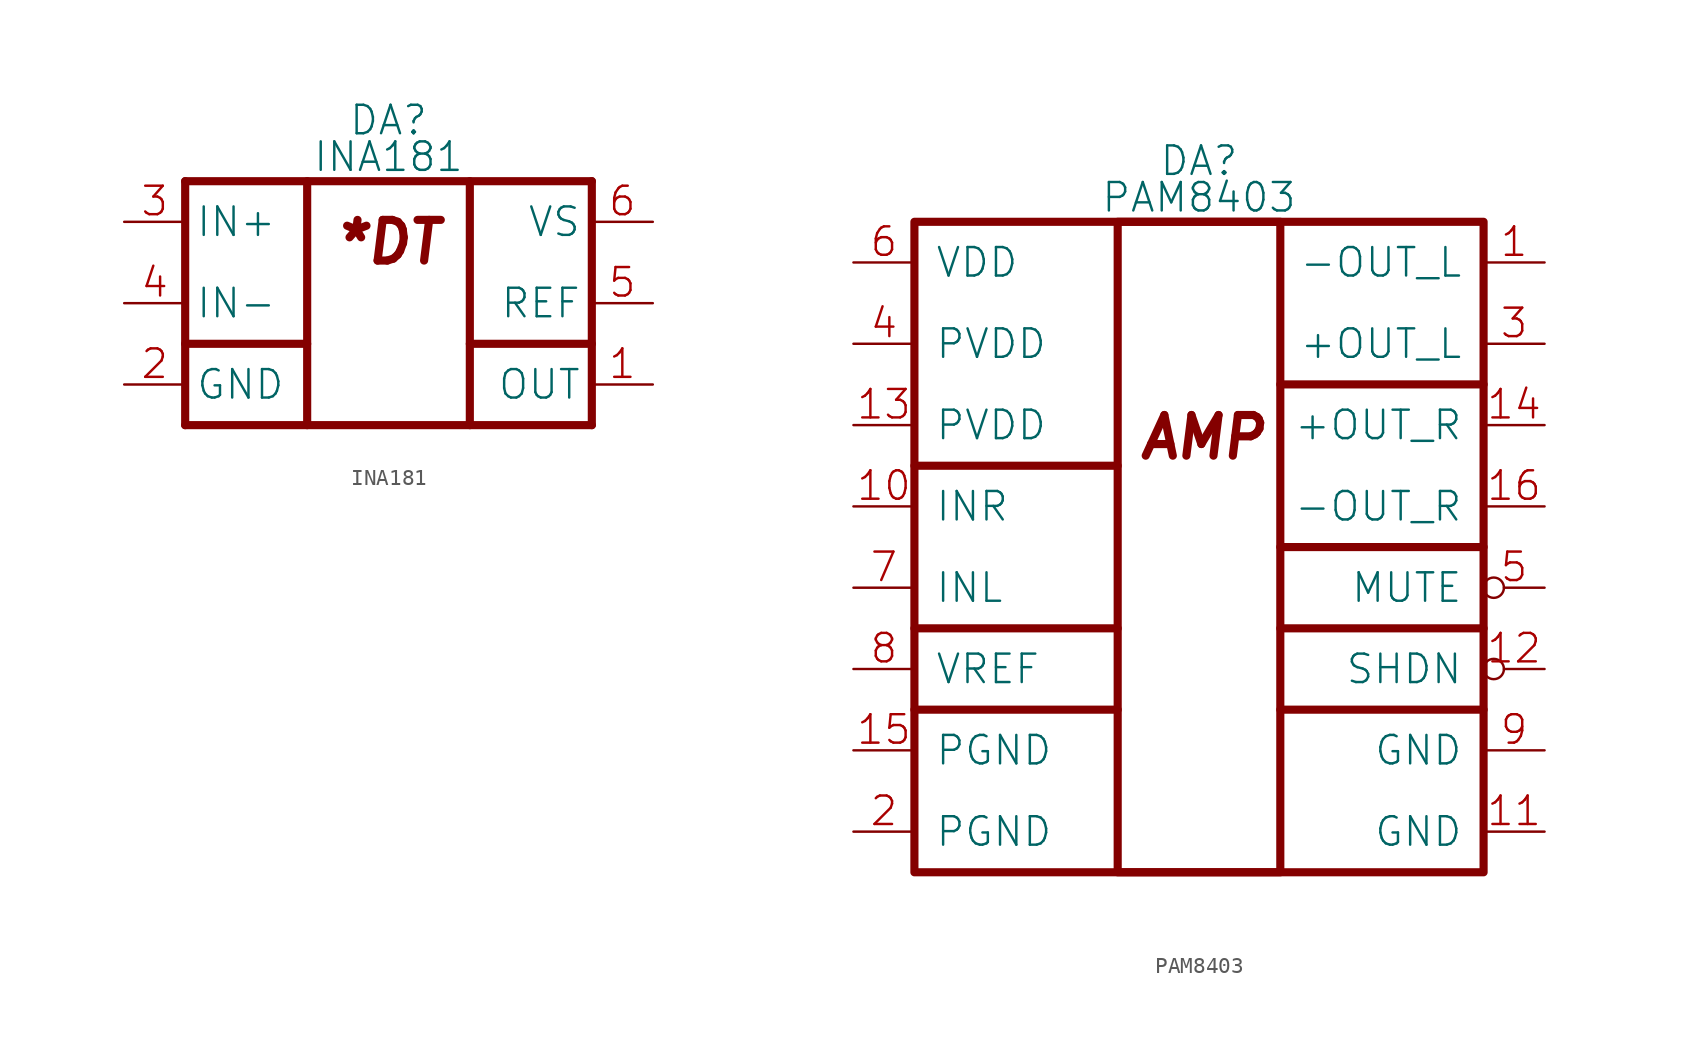
<source format=kicad_sym>
(kicad_symbol_lib
  (version 20211014)
  (generator kicad_symbol_editor)
  (symbol "INA181"
    (pin_names
      (offset 0.635))
    (property "Reference" "DA"
      (at 0 11.43 0)
      (effects (font (size 1.778 1.778))))
    (property "Value" "INA181"
      (at 0 9.144 0)
      (effects (font (size 1.778 1.778))))
    (symbol "INA181_0_1"
      (polyline (pts (xy -12.7 -7.62) (xy -12.7 -7.62)) (stroke (width 0) (type default) (color 0 0 0 0)) (fill (type none)))
      (polyline (pts (xy -12.7 -7.62) (xy 12.7 -7.62)) (stroke (width 0.508) (type default) (color 0 0 0 0)) (fill (type none)))
      (polyline (pts (xy -12.7 7.62) (xy -12.7 -7.62)) (stroke (width 0.508) (type default) (color 0 0 0 0)) (fill (type none)))
      (polyline (pts (xy -5.08 7.62) (xy -5.08 -7.62)) (stroke (width 0.508) (type default) (color 0 0 0 0)) (fill (type none)))
      (polyline (pts (xy 5.08 -7.62) (xy 5.08 7.62)) (stroke (width 0.508) (type default) (color 0 0 0 0)) (fill (type none)))
      (polyline (pts (xy 12.7 -7.62) (xy 12.7 -7.62)) (stroke (width 0) (type default) (color 0 0 0 0)) (fill (type none)))
      (polyline (pts (xy 12.7 -7.62) (xy 12.7 7.62)) (stroke (width 0.508) (type default) (color 0 0 0 0)) (fill (type none))))
    (symbol "INA181_1_1"
      (polyline (pts (xy -12.7 -2.54) (xy -5.08 -2.54)) (stroke (width 0.508) (type default) (color 0 0 0 0)) (fill (type none)))
      (polyline (pts (xy -12.7 5.08) (xy -12.7 5.08)) (stroke (width 0) (type default) (color 0 0 0 0)) (fill (type none)))
      (polyline (pts (xy 5.08 -2.54) (xy 12.7 -2.54)) (stroke (width 0.508) (type default) (color 0 0 0 0)) (fill (type none)))
      (polyline (pts (xy 12.7 7.62) (xy -12.7 7.62)) (stroke (width 0.508) (type default) (color 0 0 0 0)) (fill (type none)))
      (text "*DT" (at 0 3.81 0) (effects (font (size 2.54 2.54) bold italic)))
      (pin output line (at 16.51 -5.08 180) (length 3.81) (name "OUT" (effects (font (size 1.778 1.778)))) (number "1" (effects (font (size 1.778 1.778)))))
      (pin power_in line (at -16.51 -5.08 0) (length 3.81) (name "GND" (effects (font (size 1.778 1.778)))) (number "2" (effects (font (size 1.778 1.778)))))
      (pin input line (at -16.51 5.08 0) (length 3.81) (name "IN+" (effects (font (size 1.778 1.778)))) (number "3" (effects (font (size 1.778 1.778)))))
      (pin input line (at -16.51 0 0) (length 3.81) (name "IN-" (effects (font (size 1.778 1.778)))) (number "4" (effects (font (size 1.778 1.778)))))
      (pin input line (at 16.51 0 180) (length 3.81) (name "REF" (effects (font (size 1.778 1.778)))) (number "5" (effects (font (size 1.778 1.778)))))
      (pin power_in line (at 16.51 5.08 180) (length 3.81) (name "VS" (effects (font (size 1.778 1.778)))) (number "6" (effects (font (size 1.778 1.778)))))))
  (symbol "PAM8403"
    (pin_names
      (offset 1.27))
    (property "Reference" "DA"
      (at 0 3.81 0)
      (effects (font (size 1.778 1.778))))
    (property "Value" "PAM8403"
      (at 0 1.524 0)
      (effects (font (size 1.778 1.778))))
    (symbol "PAM8403_0_1"
      (rectangle (start -17.78 0) (end 17.78 -40.64) (stroke (width 0.508) (type default) (color 0 0 0 0)) (fill (type none)))
      (rectangle (start -5.08 0) (end 5.08 -40.64) (stroke (width 0.508) (type default) (color 0 0 0 0)) (fill (type none)))
      (polyline (pts (xy -17.78 -30.48) (xy -5.08 -30.48)) (stroke (width 0.508) (type default) (color 0 0 0 0)) (fill (type none)))
      (polyline (pts (xy -17.78 -15.24) (xy -5.08 -15.24)) (stroke (width 0.508) (type default) (color 0 0 0 0)) (fill (type none)))
      (polyline (pts (xy -5.08 -25.4) (xy -17.78 -25.4)) (stroke (width 0.508) (type default) (color 0 0 0 0)) (fill (type none)))
      (polyline (pts (xy 5.08 -25.4) (xy 17.78 -25.4)) (stroke (width 0.508) (type default) (color 0 0 0 0)) (fill (type none)))
      (polyline (pts (xy 17.78 -30.48) (xy 5.08 -30.48)) (stroke (width 0.508) (type default) (color 0 0 0 0)) (fill (type none)))
      (polyline (pts (xy 17.78 -20.32) (xy 5.08 -20.32)) (stroke (width 0.508) (type default) (color 0 0 0 0)) (fill (type none)))
      (polyline (pts (xy 17.78 -10.16) (xy 5.08 -10.16)) (stroke (width 0.508) (type default) (color 0 0 0 0)) (fill (type none))))
    (symbol "PAM8403_1_1"
      (text "AMP" (at 0.254 -13.462 0) (effects (font (size 2.54 2.54) bold italic)))
      (pin power_in line (at 21.59 -2.54 180) (length 3.81) (name "-OUT_L" (effects (font (size 1.778 1.778)))) (number "1" (effects (font (size 1.778 1.778)))))
      (pin input line (at -21.59 -17.78 0) (length 3.81) (name "INR" (effects (font (size 1.778 1.778)))) (number "10" (effects (font (size 1.778 1.778)))))
      (pin power_in line (at 21.59 -38.1 180) (length 3.81) (name "GND" (effects (font (size 1.778 1.778)))) (number "11" (effects (font (size 1.778 1.778)))))
      (pin input inverted (at 21.59 -27.94 180) (length 3.81) (name "SHDN" (effects (font (size 1.778 1.778)))) (number "12" (effects (font (size 1.778 1.778)))))
      (pin power_in line (at -21.59 -12.7 0) (length 3.81) (name "PVDD" (effects (font (size 1.778 1.778)))) (number "13" (effects (font (size 1.778 1.778)))))
      (pin output line (at 21.59 -12.7 180) (length 3.81) (name "+OUT_R" (effects (font (size 1.778 1.778)))) (number "14" (effects (font (size 1.778 1.778)))))
      (pin power_in line (at -21.59 -33.02 0) (length 3.81) (name "PGND" (effects (font (size 1.778 1.778)))) (number "15" (effects (font (size 1.778 1.778)))))
      (pin output line (at 21.59 -17.78 180) (length 3.81) (name "-OUT_R" (effects (font (size 1.778 1.778)))) (number "16" (effects (font (size 1.778 1.778)))))
      (pin power_in line (at -21.59 -38.1 0) (length 3.81) (name "PGND" (effects (font (size 1.778 1.778)))) (number "2" (effects (font (size 1.778 1.778)))))
      (pin output line (at 21.59 -7.62 180) (length 3.81) (name "+OUT_L" (effects (font (size 1.778 1.778)))) (number "3" (effects (font (size 1.778 1.778)))))
      (pin power_in line (at -21.59 -7.62 0) (length 3.81) (name "PVDD" (effects (font (size 1.778 1.778)))) (number "4" (effects (font (size 1.778 1.778)))))
      (pin input inverted (at 21.59 -22.86 180) (length 3.81) (name "MUTE" (effects (font (size 1.778 1.778)))) (number "5" (effects (font (size 1.778 1.778)))))
      (pin power_in line (at -21.59 -2.54 0) (length 3.81) (name "VDD" (effects (font (size 1.778 1.778)))) (number "6" (effects (font (size 1.778 1.778)))))
      (pin input line (at -21.59 -22.86 0) (length 3.81) (name "INL" (effects (font (size 1.778 1.778)))) (number "7" (effects (font (size 1.778 1.778)))))
      (pin input line (at -21.59 -27.94 0) (length 3.81) (name "VREF" (effects (font (size 1.778 1.778)))) (number "8" (effects (font (size 1.778 1.778)))))
      (pin power_in line (at 21.59 -33.02 180) (length 3.81) (name "GND" (effects (font (size 1.778 1.778)))) (number "9" (effects (font (size 1.778 1.778))))))))
</source>
